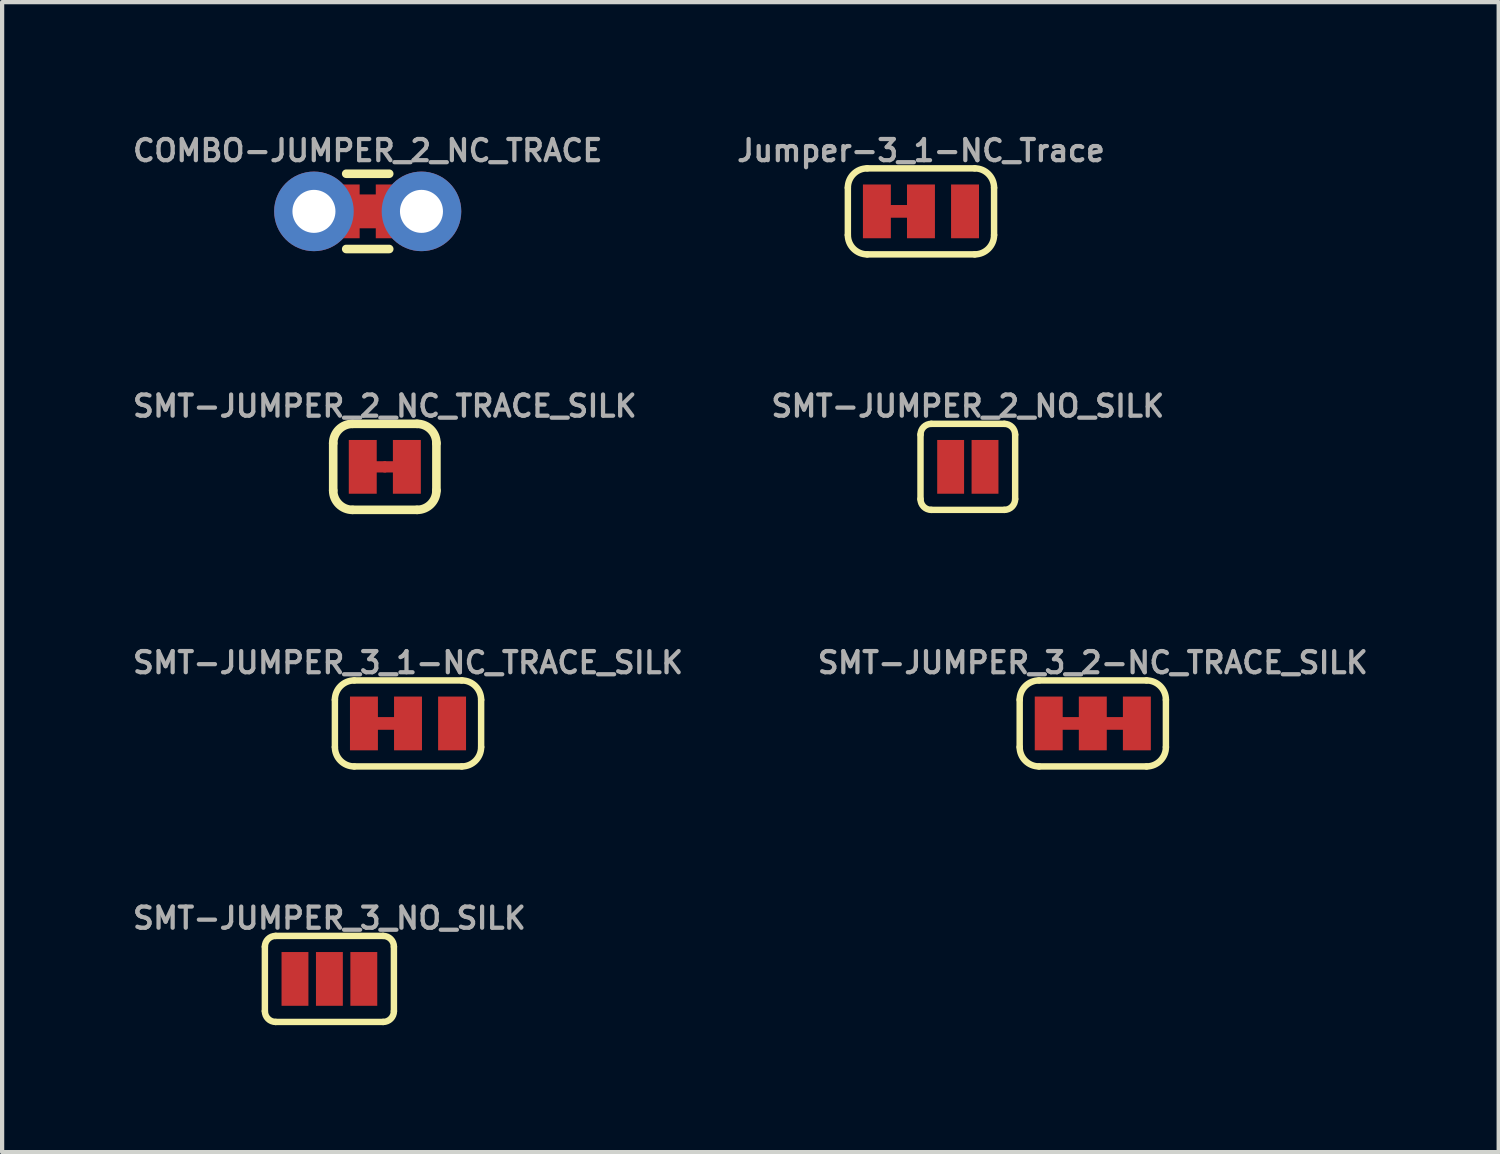
<source format=kicad_pcb>
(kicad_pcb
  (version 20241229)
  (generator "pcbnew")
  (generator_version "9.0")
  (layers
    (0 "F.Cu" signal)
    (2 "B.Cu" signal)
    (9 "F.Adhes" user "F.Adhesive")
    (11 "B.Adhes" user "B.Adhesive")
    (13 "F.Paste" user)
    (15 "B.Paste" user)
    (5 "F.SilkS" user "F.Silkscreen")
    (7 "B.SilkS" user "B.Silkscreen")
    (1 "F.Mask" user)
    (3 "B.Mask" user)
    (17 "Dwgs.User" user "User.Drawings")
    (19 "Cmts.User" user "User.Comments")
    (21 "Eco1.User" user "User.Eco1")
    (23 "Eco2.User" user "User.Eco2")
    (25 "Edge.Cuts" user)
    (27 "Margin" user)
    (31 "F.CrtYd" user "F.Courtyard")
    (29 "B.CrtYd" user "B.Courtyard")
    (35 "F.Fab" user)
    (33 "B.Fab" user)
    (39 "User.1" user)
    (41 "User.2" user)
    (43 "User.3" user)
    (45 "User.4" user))
  (footprint "SMT-JUMPER_3_1-NC_TRACE_SILK"
    (layer "F.Cu")
    (at 6.588 14.039)
    (property "Reference" "SMT-JUMPER_3_1-NC_TRACE_SILK" (at 0 -1.143 0) (layer "F.Fab") (effects (font (size 0.5 0.5) (thickness 0.1) (bold yes)) (justify bottom)))
    (fp_poly (pts (xy -0.25 0.15) (xy -0.8 0.15) (xy -0.8 -0.15) (xy -0.25 -0.15)) (stroke (width 0) (type solid)) (fill yes) (layer "F.Cu"))
    (fp_rect (start -0.6 -0.2) (end -0.4 0.2) (stroke (width 0.1) (type default)) (fill no) (layer "F.Mask"))
    (fp_line (start -1.727 -0.559) (end -1.727 0.559) (stroke (width 0.152) (type solid)) (layer "F.SilkS"))
    (fp_line (start -1.27 -1.016) (end 1.27 -1.016) (stroke (width 0.152) (type solid)) (layer "F.SilkS"))
    (fp_line (start 1.27 1.016) (end -1.27 1.016) (stroke (width 0.152) (type solid)) (layer "F.SilkS"))
    (fp_line (start 1.727 -0.559) (end 1.727 0.559) (stroke (width 0.152) (type solid)) (layer "F.SilkS"))
    (fp_arc (start -1.7272 -0.5588) (mid -1.593289 -0.882089) (end -1.27 -1.016) (stroke (width 0.1524) (type solid)) (layer "F.SilkS"))
    (fp_arc (start -1.27 1.016) (mid -1.593289 0.882089) (end -1.7272 0.5588) (stroke (width 0.1524) (type solid)) (layer "F.SilkS"))
    (fp_arc (start 1.27 -1.016) (mid 1.593289 -0.882089) (end 1.7272 -0.5588) (stroke (width 0.1524) (type solid)) (layer "F.SilkS"))
    (fp_arc (start 1.7272 0.5588) (mid 1.593289 0.882089) (end 1.27 1.016) (stroke (width 0.1524) (type solid)) (layer "F.SilkS"))
    (pad "1" smd rect (at -1.041 0 180) (size 0.66 1.27) (layers "F.Cu" "F.Mask"))
    (pad "2" smd rect (at 0 0 180) (size 0.66 1.27) (layers "F.Cu" "F.Mask"))
    (pad "3" smd rect (at 1.041 0 180) (size 0.66 1.27) (layers "F.Cu" "F.Mask")))
  (footprint "SMT-JUMPER_3_2-NC_TRACE_SILK"
    (layer "F.Cu")
    (at 22.764 14.039)
    (property "Reference" "SMT-JUMPER_3_2-NC_TRACE_SILK" (at 0 -1.143 0) (layer "F.Fab") (effects (font (size 0.5 0.5) (thickness 0.1) (bold yes)) (justify bottom)))
    (fp_poly (pts (xy -0.8 -0.15) (xy -0.25 -0.15) (xy -0.25 0.15) (xy -0.8 0.15)) (stroke (width 0) (type solid)) (fill yes) (layer "F.Cu"))
    (fp_poly (pts (xy 0.25 -0.15) (xy 0.8 -0.15) (xy 0.8 0.15) (xy 0.25 0.15)) (stroke (width 0) (type solid)) (fill yes) (layer "F.Cu"))
    (fp_poly (pts (xy -0.254 0.24) (xy -0.762 0.24) (xy -0.762 -0.24) (xy -0.254 -0.24)) (stroke (width 0) (type default)) (fill yes) (layer "F.Mask"))
    (fp_poly (pts (xy 0.762 0.24) (xy 0.254 0.24) (xy 0.254 -0.24) (xy 0.762 -0.24)) (stroke (width 0) (type default)) (fill yes) (layer "F.Mask"))
    (fp_line (start -1.727 0.559) (end -1.727 -0.559) (stroke (width 0.152) (type solid)) (layer "F.SilkS"))
    (fp_line (start -1.27 -1.016) (end 1.27 -1.016) (stroke (width 0.152) (type solid)) (layer "F.SilkS"))
    (fp_line (start 1.27 1.016) (end -1.27 1.016) (stroke (width 0.152) (type solid)) (layer "F.SilkS"))
    (fp_line (start 1.727 0.559) (end 1.727 -0.559) (stroke (width 0.152) (type solid)) (layer "F.SilkS"))
    (fp_arc (start -1.7272 -0.5588) (mid -1.593289 -0.882089) (end -1.27 -1.016) (stroke (width 0.1524) (type solid)) (layer "F.SilkS"))
    (fp_arc (start -1.27 1.016) (mid -1.593289 0.882089) (end -1.7272 0.5588) (stroke (width 0.1524) (type solid)) (layer "F.SilkS"))
    (fp_arc (start 1.27 -1.016) (mid 1.59329 -0.88209) (end 1.7272 -0.5588) (stroke (width 0.1524) (type solid)) (layer "F.SilkS"))
    (fp_arc (start 1.7272 0.5588) (mid 1.59329 0.88209) (end 1.27 1.016) (stroke (width 0.1524) (type solid)) (layer "F.SilkS"))
    (pad "1" smd rect (at -1.041 0) (size 0.66 1.27) (layers "F.Cu" "F.Mask"))
    (pad "2" smd rect (at 0 0) (size 0.66 1.27) (layers "F.Cu" "F.Mask"))
    (pad "3" smd rect (at 1.041 0) (size 0.66 1.27) (layers "F.Cu" "F.Mask")))
  (footprint "COMBO-JUMPER_2_NC_TRACE"
    (layer "F.Cu")
    (at 5.636 1.943)
    (property "Reference" "COMBO-JUMPER_2_NC_TRACE" (at 0 -1.143 0) (layer "F.Fab") (effects (font (size 0.5 0.5) (thickness 0.1) (bold yes)) (justify bottom)))
    (fp_rect (start -0.25 -0.4) (end 0.25 0.4) (stroke (width 0) (type solid)) (fill yes) (layer "F.Cu"))
    (fp_poly (pts (xy 0.254 0.724) (xy -0.254 0.724) (xy -0.254 -0.724) (xy 0.254 -0.724)) (stroke (width 0) (type default)) (fill yes) (layer "F.Mask"))
    (fp_line (start 0.508 -0.889) (end -0.508 -0.889) (stroke (width 0.203) (type solid)) (layer "F.SilkS"))
    (fp_line (start 0.508 0.889) (end -0.508 0.889) (stroke (width 0.203) (type solid)) (layer "F.SilkS"))
    (fp_poly (pts (xy -1.524 0.254) (xy -1.016 0.254) (xy -1.016 -0.254) (xy -1.524 -0.254)) (stroke (width 0.1) (type default)) (fill no) (layer "F.Fab"))
    (fp_poly (pts (xy 1.016 0.254) (xy 1.524 0.254) (xy 1.524 -0.254) (xy 1.016 -0.254)) (stroke (width 0.1) (type default)) (fill no) (layer "F.Fab"))
    (pad "1" thru_hole circle (at -1.27 0 90) (size 1.88 1.88) (drill 1.016) (layers "*.Cu" "*.Mask"))
    (pad "1" smd rect (at -0.508 0) (size 0.635 1.27) (layers "F.Cu" "F.Mask"))
    (pad "2" smd rect (at 0.508 0) (size 0.635 1.27) (layers "F.Cu" "F.Mask"))
    (pad "2" thru_hole circle (at 1.27 0 90) (size 1.88 1.88) (drill 1.016) (layers "*.Cu" "*.Mask")))
  (footprint "SMT-JUMPER_2_NC_TRACE_SILK"
    (layer "F.Cu")
    (at 6.04 7.978)
    (property "Reference" "SMT-JUMPER_2_NC_TRACE_SILK" (at 0 -1.143 0) (layer "F.Fab") (effects (font (size 0.5 0.5) (thickness 0.1) (bold yes)) (justify bottom)))
    (fp_poly (pts (xy 0.032 0.133) (xy -0.705 0.133) (xy -0.705 -0.133) (xy 0.032 -0.133)) (stroke (width 0) (type default)) (fill yes) (layer "F.Cu"))
    (fp_poly (pts (xy 0.705 0.133) (xy -0.032 0.133) (xy -0.032 -0.133) (xy 0.705 -0.133)) (stroke (width 0) (type default)) (fill yes) (layer "F.Cu"))
    (fp_poly (pts (xy 0.254 0.191) (xy -0.254 0.191) (xy -0.254 -0.191) (xy 0.254 -0.191)) (stroke (width 0) (type default)) (fill yes) (layer "F.Mask"))
    (fp_line (start -1.219 0.559) (end -1.219 -0.559) (stroke (width 0.203) (type solid)) (layer "F.SilkS"))
    (fp_line (start -0.762 -1.016) (end 0.762 -1.016) (stroke (width 0.203) (type solid)) (layer "F.SilkS"))
    (fp_line (start 0.762 1.016) (end -0.762 1.016) (stroke (width 0.203) (type solid)) (layer "F.SilkS"))
    (fp_line (start 1.219 0.559) (end 1.219 -0.559) (stroke (width 0.203) (type solid)) (layer "F.SilkS"))
    (fp_arc (start -1.2192 -0.5588) (mid -1.085289 -0.882089) (end -0.762 -1.016) (stroke (width 0.2032) (type solid)) (layer "F.SilkS"))
    (fp_arc (start -0.762 1.016) (mid -1.085289 0.882089) (end -1.2192 0.5588) (stroke (width 0.2032) (type solid)) (layer "F.SilkS"))
    (fp_arc (start 0.762 -1.016) (mid 1.085289 -0.882089) (end 1.2192 -0.5588) (stroke (width 0.2032) (type solid)) (layer "F.SilkS"))
    (fp_arc (start 1.2192 0.5588) (mid 1.085289 0.882089) (end 0.762 1.016) (stroke (width 0.2032) (type solid)) (layer "F.SilkS"))
    (pad "1" smd rect (at -0.521 0) (size 0.66 1.27) (layers "F.Cu" "F.Mask"))
    (pad "2" smd rect (at 0.521 0) (size 0.66 1.27) (layers "F.Cu" "F.Mask")))
  (footprint "SMT-JUMPER_3_NO_SILK"
    (layer "F.Cu")
    (at 4.731 20.074)
    (property "Reference" "SMT-JUMPER_3_NO_SILK" (at 0 -1.143 0) (layer "F.Fab") (effects (font (size 0.5 0.5) (thickness 0.1) (bold yes)) (justify bottom)))
    (fp_line (start -1.524 0.762) (end -1.524 -0.762) (stroke (width 0.152) (type solid)) (layer "F.SilkS"))
    (fp_line (start -1.27 -1.016) (end 1.27 -1.016) (stroke (width 0.152) (type solid)) (layer "F.SilkS"))
    (fp_line (start 1.27 1.016) (end -1.27 1.016) (stroke (width 0.152) (type solid)) (layer "F.SilkS"))
    (fp_line (start 1.524 0.762) (end 1.524 -0.762) (stroke (width 0.152) (type solid)) (layer "F.SilkS"))
    (fp_arc (start -1.524 -0.762) (mid -1.449605 -0.941605) (end -1.27 -1.016) (stroke (width 0.1524) (type solid)) (layer "F.SilkS"))
    (fp_arc (start -1.27 1.016) (mid -1.449605 0.941605) (end -1.524 0.762) (stroke (width 0.1524) (type solid)) (layer "F.SilkS"))
    (fp_arc (start 1.27 -1.016) (mid 1.449605 -0.941605) (end 1.524 -0.762) (stroke (width 0.1524) (type solid)) (layer "F.SilkS"))
    (fp_arc (start 1.524 0.762) (mid 1.449605 0.941605) (end 1.27 1.016) (stroke (width 0.1524) (type solid)) (layer "F.SilkS"))
    (pad "1" smd rect (at -0.813 0) (size 0.635 1.27) (layers "F.Cu" "F.Mask"))
    (pad "2" smd rect (at 0 0) (size 0.635 1.27) (layers "F.Cu" "F.Mask"))
    (pad "3" smd rect (at 0.813 0) (size 0.635 1.27) (layers "F.Cu" "F.Mask")))
  (footprint "SMT-JUMPER_2_NO_SILK"
    (layer "F.Cu")
    (at 19.812 7.978)
    (property "Reference" "SMT-JUMPER_2_NO_SILK" (at 0 -1.143 0) (layer "F.Fab") (effects (font (size 0.5 0.5) (thickness 0.1) (bold yes)) (justify bottom)))
    (fp_line (start -1.118 0.762) (end -1.118 -0.762) (stroke (width 0.152) (type solid)) (layer "F.SilkS"))
    (fp_line (start -0.864 -1.016) (end 0.864 -1.016) (stroke (width 0.152) (type solid)) (layer "F.SilkS"))
    (fp_line (start 0.864 1.016) (end -0.864 1.016) (stroke (width 0.152) (type solid)) (layer "F.SilkS"))
    (fp_line (start 1.118 0.762) (end 1.118 -0.762) (stroke (width 0.152) (type solid)) (layer "F.SilkS"))
    (fp_arc (start -1.1176 -0.762) (mid -1.043205 -0.941605) (end -0.8636 -1.016) (stroke (width 0.1524) (type solid)) (layer "F.SilkS"))
    (fp_arc (start -0.8636 1.016) (mid -1.043205 0.941605) (end -1.1176 0.762) (stroke (width 0.1524) (type solid)) (layer "F.SilkS"))
    (fp_arc (start 0.8636 -1.016) (mid 1.043205 -0.941605) (end 1.1176 -0.762) (stroke (width 0.1524) (type solid)) (layer "F.SilkS"))
    (fp_arc (start 1.1176 0.762) (mid 1.043205 0.941605) (end 0.8636 1.016) (stroke (width 0.1524) (type solid)) (layer "F.SilkS"))
    (pad "1" smd rect (at -0.406 0) (size 0.635 1.27) (layers "F.Cu" "F.Mask"))
    (pad "2" smd rect (at 0.406 0) (size 0.635 1.27) (layers "F.Cu" "F.Mask")))
  (footprint "Jumper-3_1-NC_Trace"
    (layer "F.Cu")
    (at 18.705 1.943)
    (property "Reference" "Jumper-3_1-NC_Trace" (at 0 -1.143 0) (layer "F.Fab") (effects (font (size 0.5 0.5) (thickness 0.1) (bold yes)) (justify bottom)))
    (fp_poly (pts (xy -0.771 -0.15) (xy -0.271 -0.15) (xy -0.271 0.15) (xy -0.771 0.15)) (stroke (width 0) (type solid)) (fill yes) (layer "F.Cu"))
    (fp_poly (pts (xy -0.267 0.24) (xy -0.775 0.24) (xy -0.775 -0.24) (xy -0.267 -0.24)) (stroke (width 0) (type default)) (fill yes) (layer "F.Mask"))
    (fp_line (start -1.727 -0.559) (end -1.727 0.559) (stroke (width 0.152) (type solid)) (layer "F.SilkS"))
    (fp_line (start -1.27 -1.016) (end 1.27 -1.016) (stroke (width 0.152) (type solid)) (layer "F.SilkS"))
    (fp_line (start 1.27 1.016) (end -1.27 1.016) (stroke (width 0.152) (type solid)) (layer "F.SilkS"))
    (fp_line (start 1.727 -0.559) (end 1.727 0.559) (stroke (width 0.152) (type solid)) (layer "F.SilkS"))
    (fp_arc (start -1.7272 -0.5588) (mid -1.593289 -0.882089) (end -1.27 -1.016) (stroke (width 0.1524) (type solid)) (layer "F.SilkS"))
    (fp_arc (start -1.27 1.016) (mid -1.593289 0.882089) (end -1.7272 0.5588) (stroke (width 0.1524) (type solid)) (layer "F.SilkS"))
    (fp_arc (start 1.27 -1.016) (mid 1.593289 -0.882089) (end 1.7272 -0.5588) (stroke (width 0.1524) (type solid)) (layer "F.SilkS"))
    (fp_arc (start 1.7272 0.5588) (mid 1.593289 0.882089) (end 1.27 1.016) (stroke (width 0.1524) (type solid)) (layer "F.SilkS"))
    (pad "1" smd rect (at -1.041 0) (size 0.66 1.27) (layers "F.Cu" "F.Mask"))
    (pad "2" smd rect (at 0 0) (size 0.66 1.27) (layers "F.Cu" "F.Mask"))
    (pad "3" smd rect (at 1.041 0 180) (size 0.66 1.27) (layers "F.Cu" "F.Mask")))
  (gr_rect
    (start -3 -3)
    (end 32.352 24.166)
    (stroke (width 0.1) (type default))
    (fill no)
    (layer "Edge.Cuts")))
</source>
